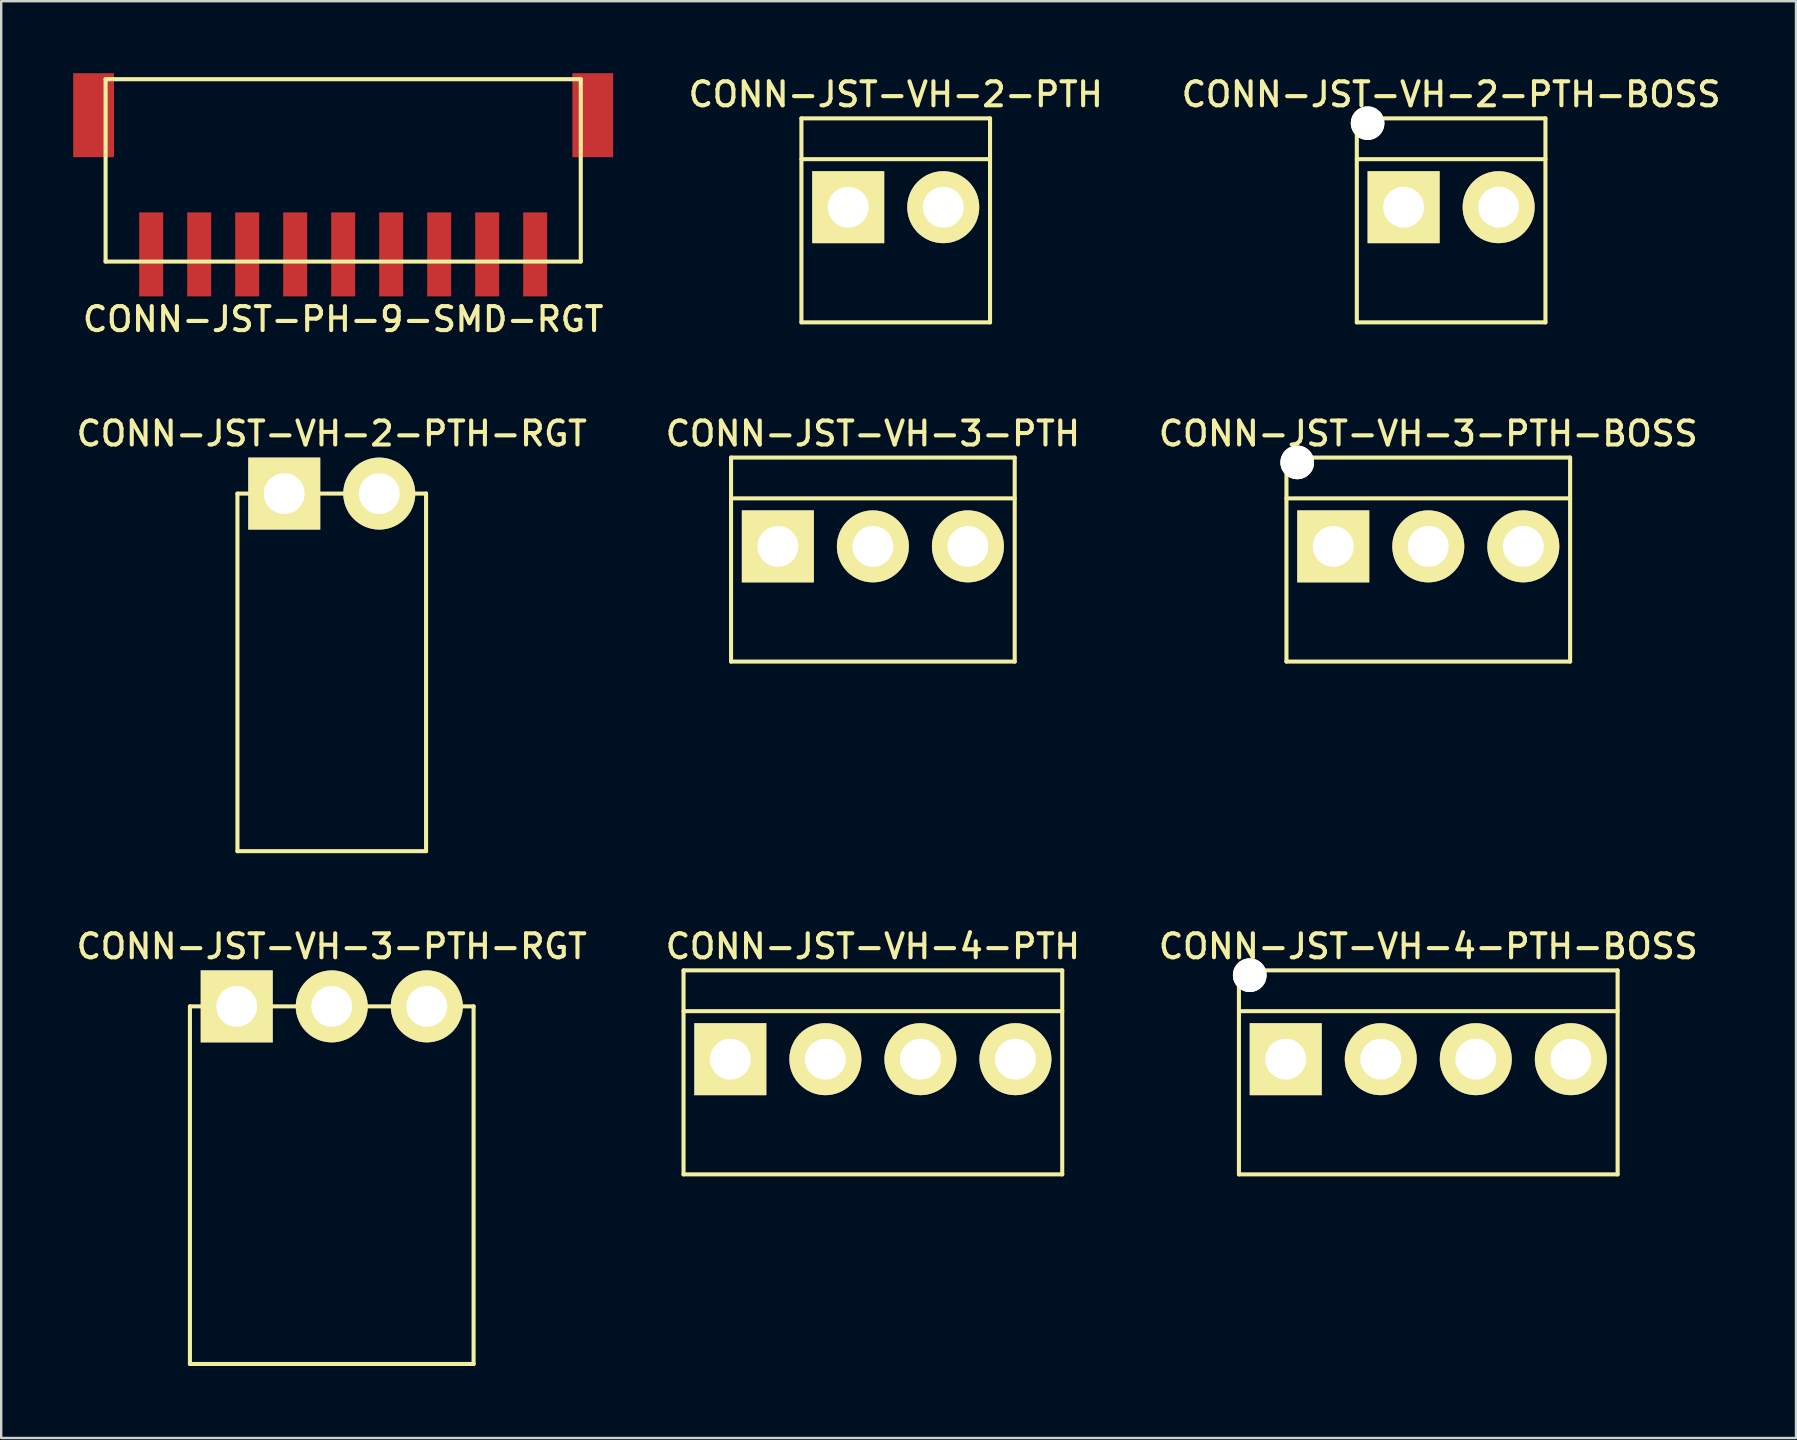
<source format=kicad_pcb>
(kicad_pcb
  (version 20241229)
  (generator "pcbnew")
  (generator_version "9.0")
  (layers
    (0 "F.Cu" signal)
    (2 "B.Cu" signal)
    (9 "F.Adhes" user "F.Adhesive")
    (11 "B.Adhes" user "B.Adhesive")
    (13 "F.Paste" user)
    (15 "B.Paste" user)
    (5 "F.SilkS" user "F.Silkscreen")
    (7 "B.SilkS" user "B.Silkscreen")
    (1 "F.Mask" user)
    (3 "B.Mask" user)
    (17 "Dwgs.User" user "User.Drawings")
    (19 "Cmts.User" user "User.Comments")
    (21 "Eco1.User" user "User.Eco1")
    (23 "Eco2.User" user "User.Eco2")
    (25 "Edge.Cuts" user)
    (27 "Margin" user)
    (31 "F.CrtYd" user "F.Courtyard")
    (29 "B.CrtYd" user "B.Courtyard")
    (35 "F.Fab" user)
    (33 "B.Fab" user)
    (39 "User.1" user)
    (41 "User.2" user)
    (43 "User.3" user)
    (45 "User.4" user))
  (footprint "CONN-JST-VH-3-PTH-BOSS"
    (layer "F.Cu")
    (at 56.465 19.717)
    (property "Reference" "CONN-JST-VH-3-PTH-BOSS" (at 0 -4.7 0) (layer "F.SilkS") (effects (font (size 1 1) (thickness 0.17))))
    (attr through_hole)
    (fp_line (start -5.91 -3.7) (end 5.91 -3.7) (stroke (width 0.17) (type solid)) (layer "F.SilkS"))
    (fp_line (start -5.91 -2) (end 5.91 -2) (stroke (width 0.17) (type solid)) (layer "F.SilkS"))
    (fp_line (start -5.91 4.8) (end -5.91 -3.7) (stroke (width 0.17) (type solid)) (layer "F.SilkS"))
    (fp_line (start -5.91 4.8) (end 5.91 4.8) (stroke (width 0.17) (type solid)) (layer "F.SilkS"))
    (fp_line (start 5.91 4.8) (end 5.91 -3.7) (stroke (width 0.17) (type solid)) (layer "F.SilkS"))
    (pad "1" thru_hole rect (at -3.96 0) (size 3 3) (drill 1.7) (layers "*.Cu" "*.Mask" "F.SilkS"))
    (pad "2" thru_hole circle (at 0 0) (size 3 3) (drill 1.7) (layers "*.Cu" "*.Mask" "F.SilkS"))
    (pad "3" thru_hole circle (at 3.96 0) (size 3 3) (drill 1.7) (layers "*.Cu" "*.Mask" "F.SilkS"))
    (pad "M1" thru_hole circle (at -5.46 -3.5) (size 1.4 1.4) (drill 1.4) (layers "*.Cu" "*.Mask" "F.SilkS")))
  (footprint "CONN-JST-VH-2-PTH"
    (layer "F.Cu")
    (at 34.274 5.583)
    (property "Reference" "CONN-JST-VH-2-PTH" (at 0 -4.7 0) (layer "F.SilkS") (effects (font (size 1 1) (thickness 0.17))))
    (attr through_hole)
    (fp_line (start -3.93 -3.7) (end 3.93 -3.7) (stroke (width 0.17) (type solid)) (layer "F.SilkS"))
    (fp_line (start -3.93 -2) (end 3.93 -2) (stroke (width 0.17) (type solid)) (layer "F.SilkS"))
    (fp_line (start -3.93 4.8) (end -3.93 -3.7) (stroke (width 0.17) (type solid)) (layer "F.SilkS"))
    (fp_line (start -3.93 4.8) (end 3.93 4.8) (stroke (width 0.17) (type solid)) (layer "F.SilkS"))
    (fp_line (start 3.93 4.8) (end 3.93 -3.7) (stroke (width 0.17) (type solid)) (layer "F.SilkS"))
    (pad "1" thru_hole rect (at -1.98 0) (size 3 3) (drill 1.7) (layers "*.Cu" "*.Mask" "F.SilkS"))
    (pad "2" thru_hole circle (at 1.98 0) (size 3 3) (drill 1.7) (layers "*.Cu" "*.Mask" "F.SilkS")))
  (footprint "CONN-JST-VH-4-PTH"
    (layer "F.Cu")
    (at 33.322 41.085)
    (property "Reference" "CONN-JST-VH-4-PTH" (at 0 -4.7 0) (layer "F.SilkS") (effects (font (size 1 1) (thickness 0.17))))
    (attr through_hole)
    (fp_line (start -7.89 -3.7) (end 7.89 -3.7) (stroke (width 0.17) (type solid)) (layer "F.SilkS"))
    (fp_line (start -7.89 -2) (end 7.89 -2) (stroke (width 0.17) (type solid)) (layer "F.SilkS"))
    (fp_line (start -7.89 4.8) (end -7.89 -3.7) (stroke (width 0.17) (type solid)) (layer "F.SilkS"))
    (fp_line (start -7.89 4.8) (end 7.89 4.8) (stroke (width 0.17) (type solid)) (layer "F.SilkS"))
    (fp_line (start 7.89 4.8) (end 7.89 -3.7) (stroke (width 0.17) (type solid)) (layer "F.SilkS"))
    (pad "1" thru_hole rect (at -5.94 0) (size 3 3) (drill 1.7) (layers "*.Cu" "*.Mask" "F.SilkS"))
    (pad "2" thru_hole circle (at -1.98 0) (size 3 3) (drill 1.7) (layers "*.Cu" "*.Mask" "F.SilkS"))
    (pad "3" thru_hole circle (at 1.98 0) (size 3 3) (drill 1.7) (layers "*.Cu" "*.Mask" "F.SilkS"))
    (pad "4" thru_hole circle (at 5.94 0) (size 3 3) (drill 1.7) (layers "*.Cu" "*.Mask" "F.SilkS")))
  (footprint "CONN-JST-PH-9-SMD-RGT"
    (layer "F.Cu")
    (at 11.25 0.25)
    (property "Reference" "CONN-JST-PH-9-SMD-RGT" (at 0 10 0) (layer "F.SilkS") (effects (font (size 1 1) (thickness 0.17))))
    (attr through_hole)
    (fp_line (start -9.9 0) (end 9.9 0) (stroke (width 0.17) (type solid)) (layer "F.SilkS"))
    (fp_line (start -9.9 7.6) (end -9.9 0) (stroke (width 0.17) (type solid)) (layer "F.SilkS"))
    (fp_line (start -9.9 7.6) (end 9.9 7.6) (stroke (width 0.17) (type solid)) (layer "F.SilkS"))
    (fp_line (start 9.9 7.6) (end 9.9 0) (stroke (width 0.17) (type solid)) (layer "F.SilkS"))
    (pad "1" smd rect (at 8 7.3) (size 1 3.5) (layers "F.Cu" "F.Mask" "F.Paste"))
    (pad "2" smd rect (at 6 7.3) (size 1 3.5) (layers "F.Cu" "F.Mask" "F.Paste"))
    (pad "3" smd rect (at 4 7.3) (size 1 3.5) (layers "F.Cu" "F.Mask" "F.Paste"))
    (pad "4" smd rect (at 2 7.3) (size 1 3.5) (layers "F.Cu" "F.Mask" "F.Paste"))
    (pad "5" smd rect (at 0 7.3) (size 1 3.5) (layers "F.Cu" "F.Mask" "F.Paste"))
    (pad "6" smd rect (at -2 7.3) (size 1 3.5) (layers "F.Cu" "F.Mask" "F.Paste"))
    (pad "7" smd rect (at -4 7.3) (size 1 3.5) (layers "F.Cu" "F.Mask" "F.Paste"))
    (pad "8" smd rect (at -6 7.3) (size 1 3.5) (layers "F.Cu" "F.Mask" "F.Paste"))
    (pad "9" smd rect (at -8 7.3) (size 1 3.5) (layers "F.Cu" "F.Mask" "F.Paste"))
    (pad "M1" smd rect (at 10.4 1.5) (size 1.7 3.5) (layers "F.Cu" "F.Mask" "F.Paste"))
    (pad "M2" smd rect (at -10.4 1.5) (size 1.7 3.5) (layers "F.Cu" "F.Mask" "F.Paste")))
  (footprint "CONN-JST-VH-3-PTH-RGT"
    (layer "F.Cu")
    (at 10.774 38.885)
    (property "Reference" "CONN-JST-VH-3-PTH-RGT" (at 0 -2.5 0) (layer "F.SilkS") (effects (font (size 1 1) (thickness 0.17))))
    (attr through_hole)
    (fp_line (start -5.91 0) (end 5.91 0) (stroke (width 0.17) (type solid)) (layer "F.SilkS"))
    (fp_line (start -5.91 14.9) (end -5.91 0) (stroke (width 0.17) (type solid)) (layer "F.SilkS"))
    (fp_line (start -5.91 14.9) (end 5.91 14.9) (stroke (width 0.17) (type solid)) (layer "F.SilkS"))
    (fp_line (start 5.91 14.9) (end 5.91 0) (stroke (width 0.17) (type solid)) (layer "F.SilkS"))
    (pad "1" thru_hole rect (at -3.96 0) (size 3 3) (drill 1.7) (layers "*.Cu" "*.Mask" "F.SilkS"))
    (pad "2" thru_hole circle (at 0 0) (size 3 3) (drill 1.7) (layers "*.Cu" "*.Mask" "F.SilkS"))
    (pad "3" thru_hole circle (at 3.96 0) (size 3 3) (drill 1.7) (layers "*.Cu" "*.Mask" "F.SilkS")))
  (footprint "CONN-JST-VH-2-PTH-RGT"
    (layer "F.Cu")
    (at 10.774 17.517)
    (property "Reference" "CONN-JST-VH-2-PTH-RGT" (at 0 -2.5 0) (layer "F.SilkS") (effects (font (size 1 1) (thickness 0.17))))
    (attr through_hole)
    (fp_line (start -3.93 0) (end 3.93 0) (stroke (width 0.17) (type solid)) (layer "F.SilkS"))
    (fp_line (start -3.93 14.9) (end -3.93 0) (stroke (width 0.17) (type solid)) (layer "F.SilkS"))
    (fp_line (start -3.93 14.9) (end 3.93 14.9) (stroke (width 0.17) (type solid)) (layer "F.SilkS"))
    (fp_line (start 3.93 14.9) (end 3.93 0) (stroke (width 0.17) (type solid)) (layer "F.SilkS"))
    (pad "1" thru_hole rect (at -1.98 0) (size 3 3) (drill 1.7) (layers "*.Cu" "*.Mask" "F.SilkS"))
    (pad "2" thru_hole circle (at 1.98 0) (size 3 3) (drill 1.7) (layers "*.Cu" "*.Mask" "F.SilkS")))
  (footprint "CONN-JST-VH-4-PTH-BOSS"
    (layer "F.Cu")
    (at 56.465 41.085)
    (property "Reference" "CONN-JST-VH-4-PTH-BOSS" (at 0 -4.7 0) (layer "F.SilkS") (effects (font (size 1 1) (thickness 0.17))))
    (attr through_hole)
    (fp_line (start -7.89 -3.7) (end 7.89 -3.7) (stroke (width 0.17) (type solid)) (layer "F.SilkS"))
    (fp_line (start -7.89 -2) (end 7.89 -2) (stroke (width 0.17) (type solid)) (layer "F.SilkS"))
    (fp_line (start -7.89 4.8) (end -7.89 -3.7) (stroke (width 0.17) (type solid)) (layer "F.SilkS"))
    (fp_line (start -7.89 4.8) (end 7.89 4.8) (stroke (width 0.17) (type solid)) (layer "F.SilkS"))
    (fp_line (start 7.89 4.8) (end 7.89 -3.7) (stroke (width 0.17) (type solid)) (layer "F.SilkS"))
    (pad "1" thru_hole rect (at -5.94 0) (size 3 3) (drill 1.7) (layers "*.Cu" "*.Mask" "F.SilkS"))
    (pad "2" thru_hole circle (at -1.98 0) (size 3 3) (drill 1.7) (layers "*.Cu" "*.Mask" "F.SilkS"))
    (pad "3" thru_hole circle (at 1.98 0) (size 3 3) (drill 1.7) (layers "*.Cu" "*.Mask" "F.SilkS"))
    (pad "4" thru_hole circle (at 5.94 0) (size 3 3) (drill 1.7) (layers "*.Cu" "*.Mask" "F.SilkS"))
    (pad "M1" thru_hole circle (at -7.44 -3.5) (size 1.4 1.4) (drill 1.4) (layers "*.Cu" "*.Mask" "F.SilkS")))
  (footprint "CONN-JST-VH-2-PTH-BOSS"
    (layer "F.Cu")
    (at 57.417 5.583)
    (property "Reference" "CONN-JST-VH-2-PTH-BOSS" (at 0 -4.7 0) (layer "F.SilkS") (effects (font (size 1 1) (thickness 0.17))))
    (attr through_hole)
    (fp_line (start -3.93 -3.7) (end 3.93 -3.7) (stroke (width 0.17) (type solid)) (layer "F.SilkS"))
    (fp_line (start -3.93 -2) (end 3.93 -2) (stroke (width 0.17) (type solid)) (layer "F.SilkS"))
    (fp_line (start -3.93 4.8) (end -3.93 -3.7) (stroke (width 0.17) (type solid)) (layer "F.SilkS"))
    (fp_line (start -3.93 4.8) (end 3.93 4.8) (stroke (width 0.17) (type solid)) (layer "F.SilkS"))
    (fp_line (start 3.93 4.8) (end 3.93 -3.7) (stroke (width 0.17) (type solid)) (layer "F.SilkS"))
    (pad "" np_thru_hole circle (at -3.48 -3.5) (size 1.4 1.4) (drill 1.4) (layers "*.Cu" "*.Mask" "F.SilkS"))
    (pad "1" thru_hole rect (at -1.98 0) (size 3 3) (drill 1.7) (layers "*.Cu" "*.Mask" "F.SilkS"))
    (pad "2" thru_hole circle (at 1.98 0) (size 3 3) (drill 1.7) (layers "*.Cu" "*.Mask" "F.SilkS")))
  (footprint "CONN-JST-VH-3-PTH"
    (layer "F.Cu")
    (at 33.322 19.717)
    (property "Reference" "CONN-JST-VH-3-PTH" (at 0 -4.7 0) (layer "F.SilkS") (effects (font (size 1 1) (thickness 0.17))))
    (attr through_hole)
    (fp_line (start -5.91 -3.7) (end 5.91 -3.7) (stroke (width 0.17) (type solid)) (layer "F.SilkS"))
    (fp_line (start -5.91 -2) (end 5.91 -2) (stroke (width 0.17) (type solid)) (layer "F.SilkS"))
    (fp_line (start -5.91 4.8) (end -5.91 -3.7) (stroke (width 0.17) (type solid)) (layer "F.SilkS"))
    (fp_line (start -5.91 4.8) (end 5.91 4.8) (stroke (width 0.17) (type solid)) (layer "F.SilkS"))
    (fp_line (start 5.91 4.8) (end 5.91 -3.7) (stroke (width 0.17) (type solid)) (layer "F.SilkS"))
    (pad "1" thru_hole rect (at -3.96 0) (size 3 3) (drill 1.7) (layers "*.Cu" "*.Mask" "F.SilkS"))
    (pad "2" thru_hole circle (at 0 0) (size 3 3) (drill 1.7) (layers "*.Cu" "*.Mask" "F.SilkS"))
    (pad "3" thru_hole circle (at 3.96 0) (size 3 3) (drill 1.7) (layers "*.Cu" "*.Mask" "F.SilkS")))
  (gr_rect
    (start -3 -3)
    (end 71.787 56.87)
    (stroke (width 0.1) (type default))
    (fill no)
    (layer "Edge.Cuts")))
</source>
